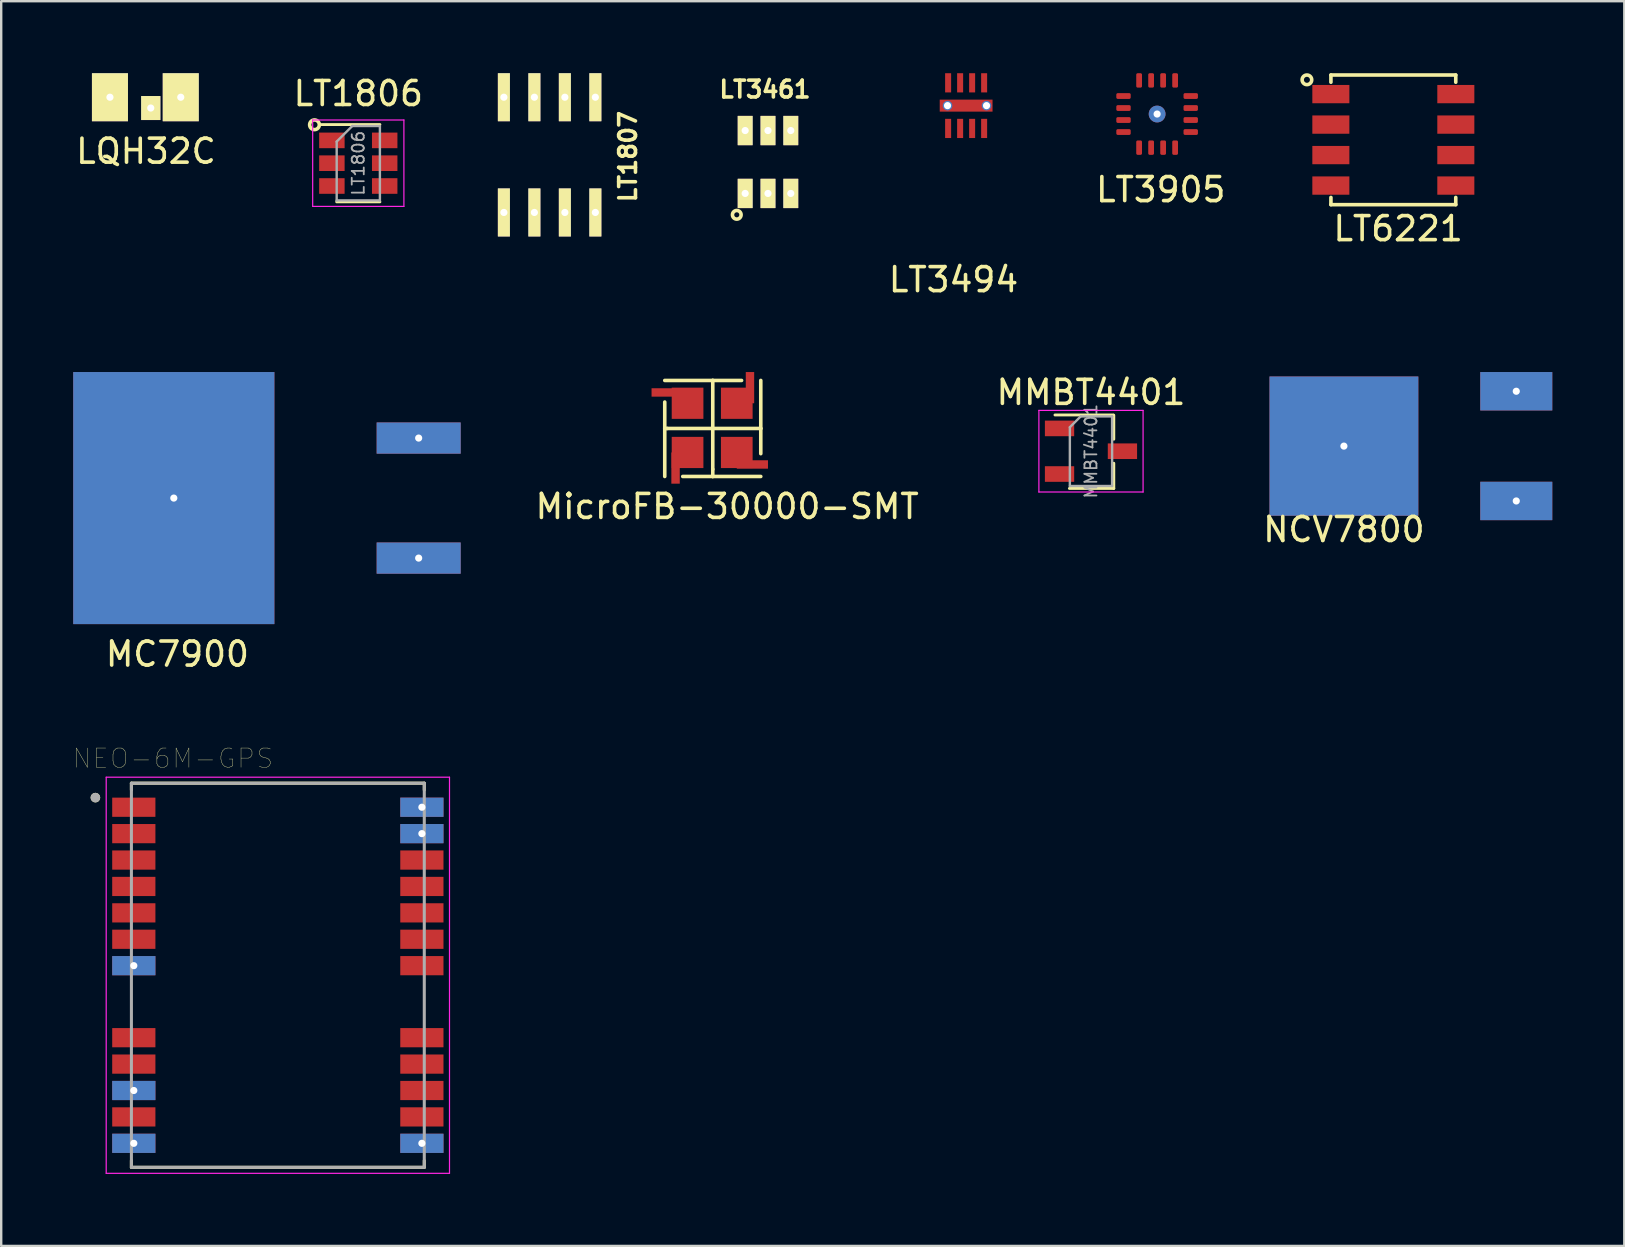
<source format=kicad_pcb>
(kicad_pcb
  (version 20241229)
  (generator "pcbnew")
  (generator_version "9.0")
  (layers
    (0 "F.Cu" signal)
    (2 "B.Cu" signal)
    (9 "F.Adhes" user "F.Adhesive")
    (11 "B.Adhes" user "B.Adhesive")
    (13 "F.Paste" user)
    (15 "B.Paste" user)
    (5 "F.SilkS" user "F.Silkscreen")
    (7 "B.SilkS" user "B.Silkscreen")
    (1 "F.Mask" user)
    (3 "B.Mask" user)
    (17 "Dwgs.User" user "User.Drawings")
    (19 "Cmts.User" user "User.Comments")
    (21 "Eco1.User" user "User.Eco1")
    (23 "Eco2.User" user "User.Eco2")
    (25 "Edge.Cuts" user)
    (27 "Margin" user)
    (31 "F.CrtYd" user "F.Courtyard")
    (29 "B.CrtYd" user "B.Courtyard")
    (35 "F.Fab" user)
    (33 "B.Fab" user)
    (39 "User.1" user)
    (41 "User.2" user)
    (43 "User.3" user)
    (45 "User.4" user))
  (footprint "LT3494"
    (layer "F.Cu")
    (at 36.445 0.45)
    (property "Reference" "LT3494" (at 0.225 8.15 0) (layer "F.SilkS") (effects (font (size 1 1) (thickness 0.15))))
    (attr through_hole)
    (pad "1" smd rect (at 0 1.85) (size 0.25 0.8) (layers "F.Cu" "F.Mask" "F.Paste"))
    (pad "2" smd rect (at 0.5 1.85) (size 0.25 0.8) (layers "F.Cu" "F.Mask" "F.Paste"))
    (pad "3" smd rect (at 1 1.85) (size 0.25 0.8) (layers "F.Cu" "F.Mask" "F.Paste"))
    (pad "4" smd rect (at 1.5 1.85) (size 0.25 0.8) (layers "F.Cu" "F.Mask" "F.Paste"))
    (pad "5" smd rect (at 1.5 -0.05) (size 0.25 0.8) (layers "F.Cu" "F.Mask" "F.Paste"))
    (pad "6" smd rect (at 1 -0.05) (size 0.25 0.8) (layers "F.Cu" "F.Mask" "F.Paste"))
    (pad "7" smd rect (at 0.5 -0.05) (size 0.25 0.8) (layers "F.Cu" "F.Mask" "F.Paste"))
    (pad "8" smd rect (at 0 -0.05) (size 0.25 0.8) (layers "F.Cu" "F.Mask" "F.Paste"))
    (pad "9" thru_hole circle (at -0.025 0.9) (size 0.4 0.4) (drill 0.3) (layers "*.Cu" "*.Mask"))
    (pad "9" smd rect (at 0.75 0.9 90) (size 0.5 2.2) (layers "F.Cu" "F.Mask" "F.Paste"))
    (pad "9" thru_hole circle (at 1.6 0.9) (size 0.4 0.4) (drill 0.3) (layers "*.Cu" "*.Mask")))
  (footprint "MMBT4401"
    (layer "F.Cu")
    (at 42.396 15.746)
    (property "Reference" "MMBT4401" (at 0 -2.45 0) (layer "F.SilkS") (effects (font (size 1 1) (thickness 0.15))))
    (attr smd)
    (fp_line (start 0.93 -1.51) (end -1.5 -1.51) (stroke (width 0.12) (type solid)) (layer "F.SilkS"))
    (fp_line (start 0.95 -1.5) (end 0.95 -0.5) (stroke (width 0.12) (type solid)) (layer "F.SilkS"))
    (fp_line (start 0.95 0.5) (end 0.95 1.55) (stroke (width 0.12) (type solid)) (layer "F.SilkS"))
    (fp_line (start 0.95 1.55) (end -0.9 1.55) (stroke (width 0.12) (type solid)) (layer "F.SilkS"))
    (fp_line (start -2.17 -1.7) (end -2.17 1.7) (stroke (width 0.05) (type solid)) (layer "F.CrtYd"))
    (fp_line (start -2.17 -1.7) (end 2.17 -1.7) (stroke (width 0.05) (type solid)) (layer "F.CrtYd"))
    (fp_line (start 2.17 1.7) (end -2.17 1.7) (stroke (width 0.05) (type solid)) (layer "F.CrtYd"))
    (fp_line (start 2.17 1.7) (end 2.17 -1.7) (stroke (width 0.05) (type solid)) (layer "F.CrtYd"))
    (fp_line (start -0.88 -1) (end -0.88 1.45) (stroke (width 0.1) (type solid)) (layer "F.Fab"))
    (fp_line (start -0.88 -1) (end -0.43 -1.45) (stroke (width 0.1) (type solid)) (layer "F.Fab"))
    (fp_line (start 0.88 -1.45) (end -0.43 -1.45) (stroke (width 0.1) (type solid)) (layer "F.Fab"))
    (fp_line (start 0.88 -1.45) (end 0.88 1.45) (stroke (width 0.1) (type solid)) (layer "F.Fab"))
    (fp_line (start 0.88 1.45) (end -0.88 1.45) (stroke (width 0.1) (type solid)) (layer "F.Fab"))
    (fp_text user "${REFERENCE}" (at 0 0 90) (layer "F.Fab") (effects (font (size 0.5 0.5) (thickness 0.075))))
    (pad "1" smd rect (at -1.31 -0.95) (size 1.22 0.65) (layers "F.Cu" "F.Mask" "F.Paste"))
    (pad "2" smd rect (at -1.31 0.95) (size 1.22 0.65) (layers "F.Cu" "F.Mask" "F.Paste"))
    (pad "3" smd rect (at 1.31 0) (size 1.22 0.65) (layers "F.Cu" "F.Mask" "F.Paste")))
  (footprint "MicroFB-30000-SMT"
    (layer "F.Cu")
    (at 26.641 14.798)
    (property "Reference" "MicroFB-30000-SMT" (at 0.6 3.25 0) (layer "F.SilkS") (effects (font (size 1 1) (thickness 0.15))))
    (attr through_hole)
    (fp_line (start -2 0) (end -2 -1.1) (stroke (width 0.15) (type solid)) (layer "F.SilkS"))
    (fp_line (start -2 0) (end -2 2) (stroke (width 0.15) (type solid)) (layer "F.SilkS"))
    (fp_line (start -1.9 0) (end -2 0) (stroke (width 0.15) (type solid)) (layer "F.SilkS"))
    (fp_line (start 0 -2) (end -2 -2) (stroke (width 0.15) (type solid)) (layer "F.SilkS"))
    (fp_line (start 0 -2) (end 1.2 -2) (stroke (width 0.15) (type solid)) (layer "F.SilkS"))
    (fp_line (start 0 0) (end -1.9 0) (stroke (width 0.15) (type solid)) (layer "F.SilkS"))
    (fp_line (start 0 0) (end 0 -2) (stroke (width 0.15) (type solid)) (layer "F.SilkS"))
    (fp_line (start 0 0) (end 0 1.7) (stroke (width 0.15) (type solid)) (layer "F.SilkS"))
    (fp_line (start 0 0) (end 2 0) (stroke (width 0.15) (type solid)) (layer "F.SilkS"))
    (fp_line (start 0 1.7) (end 0 2) (stroke (width 0.15) (type solid)) (layer "F.SilkS"))
    (fp_line (start 0 2) (end -1.25 2) (stroke (width 0.15) (type solid)) (layer "F.SilkS"))
    (fp_line (start 0 2) (end 2 2) (stroke (width 0.15) (type solid)) (layer "F.SilkS"))
    (fp_line (start 2 0) (end 2 -2) (stroke (width 0.15) (type solid)) (layer "F.SilkS"))
    (fp_line (start 2 0) (end 2 1.05) (stroke (width 0.15) (type solid)) (layer "F.SilkS"))
    (pad "1" smd rect (at -1.9 -1.5) (size 1.3 0.35) (layers "F.Cu" "F.Mask" "F.Paste"))
    (pad "1" smd rect (at -1.05 -1.05) (size 1.32 1.3) (layers "F.Cu" "F.Mask" "F.Paste"))
    (pad "2" smd rect (at -1.55 1.65 90) (size 1.3 0.35) (layers "F.Cu" "F.Mask" "F.Paste"))
    (pad "2" smd rect (at -1.05 1) (size 1.32 1.3) (layers "F.Cu" "F.Mask" "F.Paste"))
    (pad "3" smd rect (at 1 1) (size 1.32 1.3) (layers "F.Cu" "F.Mask" "F.Paste"))
    (pad "3" smd rect (at 1.65 1.5 180) (size 1.3 0.35) (layers "F.Cu" "F.Mask" "F.Paste"))
    (pad "4" smd rect (at 1 -1.05) (size 1.32 1.3) (layers "F.Cu" "F.Mask" "F.Paste"))
    (pad "4" smd rect (at 1.55 -1.7 270) (size 1.3 0.35) (layers "F.Cu" "F.Mask" "F.Paste")))
  (footprint "LT1806"
    (layer "F.Cu")
    (at 11.875 3.748)
    (property "Reference" "LT1806" (at 0 -2.9 0) (layer "F.SilkS") (effects (font (size 1 1) (thickness 0.15))))
    (attr smd)
    (fp_line (start -0.9 1.61) (end 0.9 1.61) (stroke (width 0.12) (type solid)) (layer "F.SilkS"))
    (fp_line (start 0.9 -1.61) (end -1.55 -1.61) (stroke (width 0.12) (type solid)) (layer "F.SilkS"))
    (fp_circle (center -1.825 -1.6) (end -1.625 -1.625) (stroke (width 0.15) (type solid)) (fill no) (layer "F.SilkS"))
    (fp_line (start -1.9 -1.8) (end -1.9 1.8) (stroke (width 0.05) (type solid)) (layer "F.CrtYd"))
    (fp_line (start -1.9 1.8) (end 1.9 1.8) (stroke (width 0.05) (type solid)) (layer "F.CrtYd"))
    (fp_line (start 1.9 -1.8) (end -1.9 -1.8) (stroke (width 0.05) (type solid)) (layer "F.CrtYd"))
    (fp_line (start 1.9 1.8) (end 1.9 -1.8) (stroke (width 0.05) (type solid)) (layer "F.CrtYd"))
    (fp_line (start -0.9 -0.9) (end -0.9 1.55) (stroke (width 0.1) (type solid)) (layer "F.Fab"))
    (fp_line (start -0.9 -0.9) (end -0.25 -1.55) (stroke (width 0.1) (type solid)) (layer "F.Fab"))
    (fp_line (start 0.9 -1.55) (end -0.25 -1.55) (stroke (width 0.1) (type solid)) (layer "F.Fab"))
    (fp_line (start 0.9 -1.55) (end 0.9 1.55) (stroke (width 0.1) (type solid)) (layer "F.Fab"))
    (fp_line (start 0.9 1.55) (end -0.9 1.55) (stroke (width 0.1) (type solid)) (layer "F.Fab"))
    (fp_text user "${REFERENCE}" (at 0 0 90) (layer "F.Fab") (effects (font (size 0.5 0.5) (thickness 0.075))))
    (pad "1" smd rect (at -1.1 -0.95) (size 1.06 0.65) (layers "F.Cu" "F.Mask" "F.Paste"))
    (pad "2" smd rect (at -1.1 0) (size 1.06 0.65) (layers "F.Cu" "F.Mask" "F.Paste"))
    (pad "3" smd rect (at -1.1 0.95) (size 1.06 0.65) (layers "F.Cu" "F.Mask" "F.Paste"))
    (pad "4" smd rect (at 1.1 0.95) (size 1.06 0.65) (layers "F.Cu" "F.Mask" "F.Paste"))
    (pad "5" smd rect (at 1.1 0) (size 1.06 0.65) (layers "F.Cu" "F.Mask" "F.Paste"))
    (pad "6" smd rect (at 1.1 -0.95) (size 1.06 0.65) (layers "F.Cu" "F.Mask" "F.Paste")))
  (footprint "LQH32C"
    (layer "F.Cu")
    (at 1.53 2.25)
    (property "Reference" "LQH32C" (at 1.5 1 0) (layer "F.SilkS") (effects (font (size 1 1) (thickness 0.15))))
    (attr through_hole)
    (pad "1" thru_hole rect (at 0 -1.25) (size 1.5 2) (drill 0.3) (layers "*.Cu" "*.Mask" "F.SilkS"))
    (pad "2" thru_hole rect (at 1.7 -0.8) (size 0.8 1) (drill 0.3) (layers "*.Cu" "*.Mask" "F.SilkS"))
    (pad "2" thru_hole rect (at 2.95 -1.25) (size 1.5 2) (drill 0.3) (layers "*.Cu" "*.Mask" "F.SilkS")))
  (footprint "LT3905"
    (layer "F.Cu")
    (at 45.151 1.7)
    (property "Reference" "LT3905" (at 0.15 3.15 0) (layer "F.SilkS") (effects (font (size 1 1) (thickness 0.15))))
    (attr through_hole)
    (pad "1" smd roundrect (at -1.4 -0.75 90) (size 0.24 0.6) (layers "F.Cu" "F.Mask" "F.Paste") (roundrect_rratio 0.25))
    (pad "2" smd roundrect (at -1.4 -0.25 90) (size 0.24 0.6) (layers "F.Cu" "F.Mask" "F.Paste") (roundrect_rratio 0.25))
    (pad "3" smd roundrect (at -1.4 0.25 90) (size 0.24 0.6) (layers "F.Cu" "F.Mask" "F.Paste") (roundrect_rratio 0.25))
    (pad "4" smd roundrect (at -1.4 0.75 90) (size 0.24 0.6) (layers "F.Cu" "F.Mask" "F.Paste") (roundrect_rratio 0.25))
    (pad "5" smd roundrect (at -0.75 1.4) (size 0.24 0.6) (layers "F.Cu" "F.Mask" "F.Paste") (roundrect_rratio 0.25))
    (pad "6" smd roundrect (at -0.25 1.4) (size 0.24 0.6) (layers "F.Cu" "F.Mask" "F.Paste") (roundrect_rratio 0.25))
    (pad "7" smd roundrect (at 0.25 1.4) (size 0.24 0.6) (layers "F.Cu" "F.Mask" "F.Paste") (roundrect_rratio 0.25))
    (pad "8" smd roundrect (at 0.75 1.4) (size 0.24 0.6) (layers "F.Cu" "F.Mask" "F.Paste") (roundrect_rratio 0.25))
    (pad "9" smd roundrect (at 1.4 0.75 90) (size 0.24 0.6) (layers "F.Cu" "F.Mask" "F.Paste") (roundrect_rratio 0.25))
    (pad "10" smd roundrect (at 1.4 0.25 90) (size 0.24 0.6) (layers "F.Cu" "F.Mask" "F.Paste") (roundrect_rratio 0.25))
    (pad "11" smd roundrect (at 1.4 -0.25 90) (size 0.24 0.6) (layers "F.Cu" "F.Mask" "F.Paste") (roundrect_rratio 0.25))
    (pad "12" smd roundrect (at 1.4 -0.75 90) (size 0.24 0.6) (layers "F.Cu" "F.Mask" "F.Paste") (roundrect_rratio 0.25))
    (pad "13" smd roundrect (at 0.75 -1.4) (size 0.24 0.6) (layers "F.Cu" "F.Mask" "F.Paste") (roundrect_rratio 0.25))
    (pad "14" smd roundrect (at 0.25 -1.4) (size 0.24 0.6) (layers "F.Cu" "F.Mask" "F.Paste") (roundrect_rratio 0.25))
    (pad "15" smd roundrect (at -0.25 -1.4) (size 0.24 0.6) (layers "F.Cu" "F.Mask" "F.Paste") (roundrect_rratio 0.25))
    (pad "16" smd roundrect (at -0.75 -1.4) (size 0.24 0.6) (layers "F.Cu" "F.Mask" "F.Paste") (roundrect_rratio 0.25))
    (pad "17" thru_hole circle (at 0 0) (size 0.7 0.7) (drill 0.3) (layers "*.Cu" "*.Mask")))
  (footprint "MC7900"
    (layer "F.Cu")
    (at 4.19 17.698)
    (property "Reference" "MC7900" (at 0.15 6.5 0) (layer "F.SilkS") (effects (font (size 1 1) (thickness 0.15))))
    (attr through_hole)
    (pad "1" thru_hole rect (at 10.2 2.5) (size 3.5 1.3) (drill 0.3) (layers "*.Cu" "*.Mask"))
    (pad "2" thru_hole rect (at 0 0) (size 8.38 10.5) (drill 0.3) (layers "*.Cu" "*.Mask"))
    (pad "3" thru_hole rect (at 10.2 -2.5) (size 3.5 1.3) (drill 0.3) (layers "*.Cu" "*.Mask")))
  (footprint "LT1807"
    (layer "F.Cu")
    (at 19.845 3.4)
    (property "Reference" "LT1807" (at 3.26 0.071 270) (layer "F.SilkS") (effects (font (size 0.7 0.7) (thickness 0.15))))
    (attr through_hole)
    (pad "1" thru_hole rect (at -1.905 2.4) (size 0.5 2) (drill 0.3) (layers "*.Cu" "*.Mask" "F.SilkS"))
    (pad "2" thru_hole rect (at -0.635 2.4) (size 0.5 2) (drill 0.3) (layers "*.Cu" "*.Mask" "F.SilkS"))
    (pad "3" thru_hole rect (at 0.635 2.4) (size 0.5 2) (drill 0.3) (layers "*.Cu" "*.Mask" "F.SilkS"))
    (pad "4" thru_hole rect (at 1.905 2.4) (size 0.5 2) (drill 0.3) (layers "*.Cu" "*.Mask" "F.SilkS"))
    (pad "5" thru_hole rect (at 1.905 -2.4) (size 0.5 2) (drill 0.3) (layers "*.Cu" "*.Mask" "F.SilkS"))
    (pad "6" thru_hole rect (at 0.635 -2.4) (size 0.5 2) (drill 0.3) (layers "*.Cu" "*.Mask" "F.SilkS"))
    (pad "7" thru_hole rect (at -0.635 -2.4) (size 0.5 2) (drill 0.3) (layers "*.Cu" "*.Mask" "F.SilkS"))
    (pad "8" thru_hole rect (at -1.905 -2.4) (size 0.5 2) (drill 0.3) (layers "*.Cu" "*.Mask" "F.SilkS")))
  (footprint "NEO-6M-GPS"
    (layer "F.Cu")
    (at 8.524 37.576)
    (property "Reference" "NEO-6M-GPS" (at -4.372 -9.035 0) (layer "F.SilkS") (effects (font (size 0.8 0.8) (thickness 0.015))))
    (attr through_hole)
    (fp_line (start -6.1 -8) (end 6.1 -8) (stroke (width 0.127) (type solid)) (layer "F.SilkS"))
    (fp_line (start -6.1 -7.72) (end -6.1 -8) (stroke (width 0.127) (type solid)) (layer "F.SilkS"))
    (fp_line (start -6.1 7.72) (end -6.1 8) (stroke (width 0.127) (type solid)) (layer "F.SilkS"))
    (fp_line (start -6.1 8) (end 6.1 8) (stroke (width 0.127) (type solid)) (layer "F.SilkS"))
    (fp_line (start 6.1 -8) (end 6.1 -7.72) (stroke (width 0.127) (type solid)) (layer "F.SilkS"))
    (fp_line (start 6.1 8) (end 6.1 7.72) (stroke (width 0.127) (type solid)) (layer "F.SilkS"))
    (fp_circle (center -7.6 -7.4) (end -7.5 -7.4) (stroke (width 0.2) (type solid)) (fill no) (layer "F.SilkS"))
    (fp_line (start -7.15 -8.25) (end 7.15 -8.25) (stroke (width 0.05) (type solid)) (layer "F.CrtYd"))
    (fp_line (start -7.15 8.25) (end -7.15 -8.25) (stroke (width 0.05) (type solid)) (layer "F.CrtYd"))
    (fp_line (start 7.15 -8.25) (end 7.15 8.25) (stroke (width 0.05) (type solid)) (layer "F.CrtYd"))
    (fp_line (start 7.15 8.25) (end -7.15 8.25) (stroke (width 0.05) (type solid)) (layer "F.CrtYd"))
    (fp_line (start -6.1 -8) (end 6.1 -8) (stroke (width 0.127) (type solid)) (layer "F.Fab"))
    (fp_line (start -6.1 8) (end -6.1 -8) (stroke (width 0.127) (type solid)) (layer "F.Fab"))
    (fp_line (start 6.1 -8) (end 6.1 8) (stroke (width 0.127) (type solid)) (layer "F.Fab"))
    (fp_line (start 6.1 8) (end -6.1 8) (stroke (width 0.127) (type solid)) (layer "F.Fab"))
    (fp_circle (center -7.6 -7.4) (end -7.5 -7.4) (stroke (width 0.2) (type solid)) (fill no) (layer "F.Fab"))
    (pad "1" smd rect (at -6 -7) (size 1.8 0.8) (layers "F.Cu" "F.Mask"))
    (pad "2" smd rect (at -6 -5.9) (size 1.8 0.8) (layers "F.Cu" "F.Mask"))
    (pad "3" smd rect (at -6 -4.8) (size 1.8 0.8) (layers "F.Cu" "F.Mask"))
    (pad "4" smd rect (at -6 -3.7) (size 1.8 0.8) (layers "F.Cu" "F.Mask"))
    (pad "5" smd rect (at -6 -2.6) (size 1.8 0.8) (layers "F.Cu" "F.Mask"))
    (pad "6" smd rect (at -6 -1.5) (size 1.8 0.8) (layers "F.Cu" "F.Mask"))
    (pad "7" thru_hole rect (at -6 -0.4) (size 1.8 0.8) (drill 0.3) (layers "*.Cu" "*.Mask"))
    (pad "8" smd rect (at -6 2.6) (size 1.8 0.8) (layers "F.Cu" "F.Mask"))
    (pad "9" smd rect (at -6 3.7) (size 1.8 0.8) (layers "F.Cu" "F.Mask"))
    (pad "10" thru_hole rect (at -6 4.8) (size 1.8 0.8) (drill 0.3) (layers "*.Cu" "*.Mask"))
    (pad "11" smd rect (at -6 5.9) (size 1.8 0.8) (layers "F.Cu" "F.Mask"))
    (pad "12" thru_hole rect (at -6 7) (size 1.8 0.8) (drill 0.3) (layers "*.Cu" "*.Mask"))
    (pad "13" thru_hole rect (at 6 7) (size 1.8 0.8) (drill 0.3) (layers "*.Cu" "*.Mask"))
    (pad "14" smd rect (at 6 5.9) (size 1.8 0.8) (layers "F.Cu" "F.Mask"))
    (pad "15" smd rect (at 6 4.8) (size 1.8 0.8) (layers "F.Cu" "F.Mask"))
    (pad "16" smd rect (at 6 3.7) (size 1.8 0.8) (layers "F.Cu" "F.Mask"))
    (pad "17" smd rect (at 6 2.6) (size 1.8 0.8) (layers "F.Cu" "F.Mask"))
    (pad "18" smd rect (at 6 -0.4) (size 1.8 0.8) (layers "F.Cu" "F.Mask"))
    (pad "19" smd rect (at 6 -1.5) (size 1.8 0.8) (layers "F.Cu" "F.Mask"))
    (pad "20" smd rect (at 6 -2.6) (size 1.8 0.8) (layers "F.Cu" "F.Mask"))
    (pad "21" smd rect (at 6 -3.7) (size 1.8 0.8) (layers "F.Cu" "F.Mask"))
    (pad "22" smd rect (at 6 -4.8) (size 1.8 0.8) (layers "F.Cu" "F.Mask"))
    (pad "23" thru_hole rect (at 6 -5.9) (size 1.8 0.8) (drill 0.3) (layers "*.Cu" "*.Mask"))
    (pad "24" thru_hole rect (at 6 -7) (size 1.8 0.8) (drill 0.3) (layers "*.Cu" "*.Mask")))
  (footprint "NCV7800"
    (layer "F.Cu")
    (at 52.932 15.533)
    (property "Reference" "NCV7800" (at 0 3.475 0) (layer "F.SilkS") (effects (font (size 1 1) (thickness 0.15))))
    (attr through_hole)
    (pad "1" thru_hole rect (at 7.18 2.285) (size 3 1.6) (drill 0.3) (layers "*.Cu" "*.Mask"))
    (pad "2" thru_hole rect (at 0 0) (size 6.2 5.8) (drill 0.3) (layers "*.Cu" "*.Mask"))
    (pad "3" thru_hole rect (at 7.18 -2.285) (size 3 1.6) (drill 0.3) (layers "*.Cu" "*.Mask")))
  (footprint "LT6221"
    (layer "F.Cu")
    (at 54.991 2.775)
    (property "Reference" "LT6221" (at 0.2 3.7 0) (layer "F.SilkS") (effects (font (size 1 1) (thickness 0.15))))
    (attr through_hole)
    (fp_line (start -2.6 -2.7) (end 2.6 -2.7) (stroke (width 0.15) (type solid)) (layer "F.SilkS"))
    (fp_line (start -2.6 -2.4) (end -2.6 -2.7) (stroke (width 0.15) (type solid)) (layer "F.SilkS"))
    (fp_line (start -2.6 2.4) (end -2.6 2.7) (stroke (width 0.15) (type solid)) (layer "F.SilkS"))
    (fp_line (start -2.6 2.7) (end 2.6 2.7) (stroke (width 0.15) (type solid)) (layer "F.SilkS"))
    (fp_line (start 2.6 -2.7) (end 2.6 -2.4) (stroke (width 0.15) (type solid)) (layer "F.SilkS"))
    (fp_line (start 2.6 2.7) (end 2.6 2.4) (stroke (width 0.15) (type solid)) (layer "F.SilkS"))
    (fp_circle (center -3.6 -2.5) (end -3.4 -2.5) (stroke (width 0.15) (type solid)) (fill no) (layer "F.SilkS"))
    (pad "1" smd rect (at -2.603 -1.905) (size 1.543 0.762) (layers "F.Cu" "F.Mask" "F.Paste"))
    (pad "2" smd rect (at -2.603 -0.635) (size 1.543 0.762) (layers "F.Cu" "F.Mask" "F.Paste"))
    (pad "3" smd rect (at -2.603 0.635) (size 1.543 0.762) (layers "F.Cu" "F.Mask" "F.Paste"))
    (pad "4" smd rect (at -2.603 1.905) (size 1.543 0.762) (layers "F.Cu" "F.Mask" "F.Paste"))
    (pad "5" smd rect (at 2.603 1.905) (size 1.543 0.762) (layers "F.Cu" "F.Mask" "F.Paste"))
    (pad "6" smd rect (at 2.603 0.635) (size 1.543 0.762) (layers "F.Cu" "F.Mask" "F.Paste"))
    (pad "7" smd rect (at 2.603 -0.635) (size 1.543 0.762) (layers "F.Cu" "F.Mask" "F.Paste"))
    (pad "8" smd rect (at 2.603 -1.905) (size 1.543 0.762) (layers "F.Cu" "F.Mask" "F.Paste")))
  (footprint "LT3461"
    (layer "F.Cu")
    (at 27.991 3.698)
    (property "Reference" "LT3461" (at 0.825 -3.025 0) (layer "F.SilkS") (effects (font (size 0.7 0.7) (thickness 0.15))))
    (attr through_hole)
    (fp_circle (center -0.35 2.2) (end -0.2 2.1) (stroke (width 0.15) (type solid)) (fill no) (layer "F.SilkS"))
    (pad "1" thru_hole rect (at 0 1.31) (size 0.62 1.22) (drill 0.3) (layers "*.Cu" "*.Mask" "F.SilkS"))
    (pad "2" thru_hole rect (at 0.95 1.31) (size 0.62 1.22) (drill 0.3) (layers "*.Cu" "*.Mask" "F.SilkS"))
    (pad "3" thru_hole rect (at 1.9 1.31) (size 0.62 1.22) (drill 0.3) (layers "*.Cu" "*.Mask" "F.SilkS"))
    (pad "4" thru_hole rect (at 1.9 -1.31) (size 0.62 1.22) (drill 0.3) (layers "*.Cu" "*.Mask" "F.SilkS"))
    (pad "5" thru_hole rect (at 0.95 -1.31) (size 0.62 1.22) (drill 0.3) (layers "*.Cu" "*.Mask" "F.SilkS"))
    (pad "6" thru_hole rect (at 0 -1.31) (size 0.62 1.22) (drill 0.3) (layers "*.Cu" "*.Mask" "F.SilkS")))
  (gr_rect
    (start -3 -3)
    (end 64.612 48.851)
    (stroke (width 0.1) (type default))
    (fill no)
    (layer "Edge.Cuts")))
</source>
